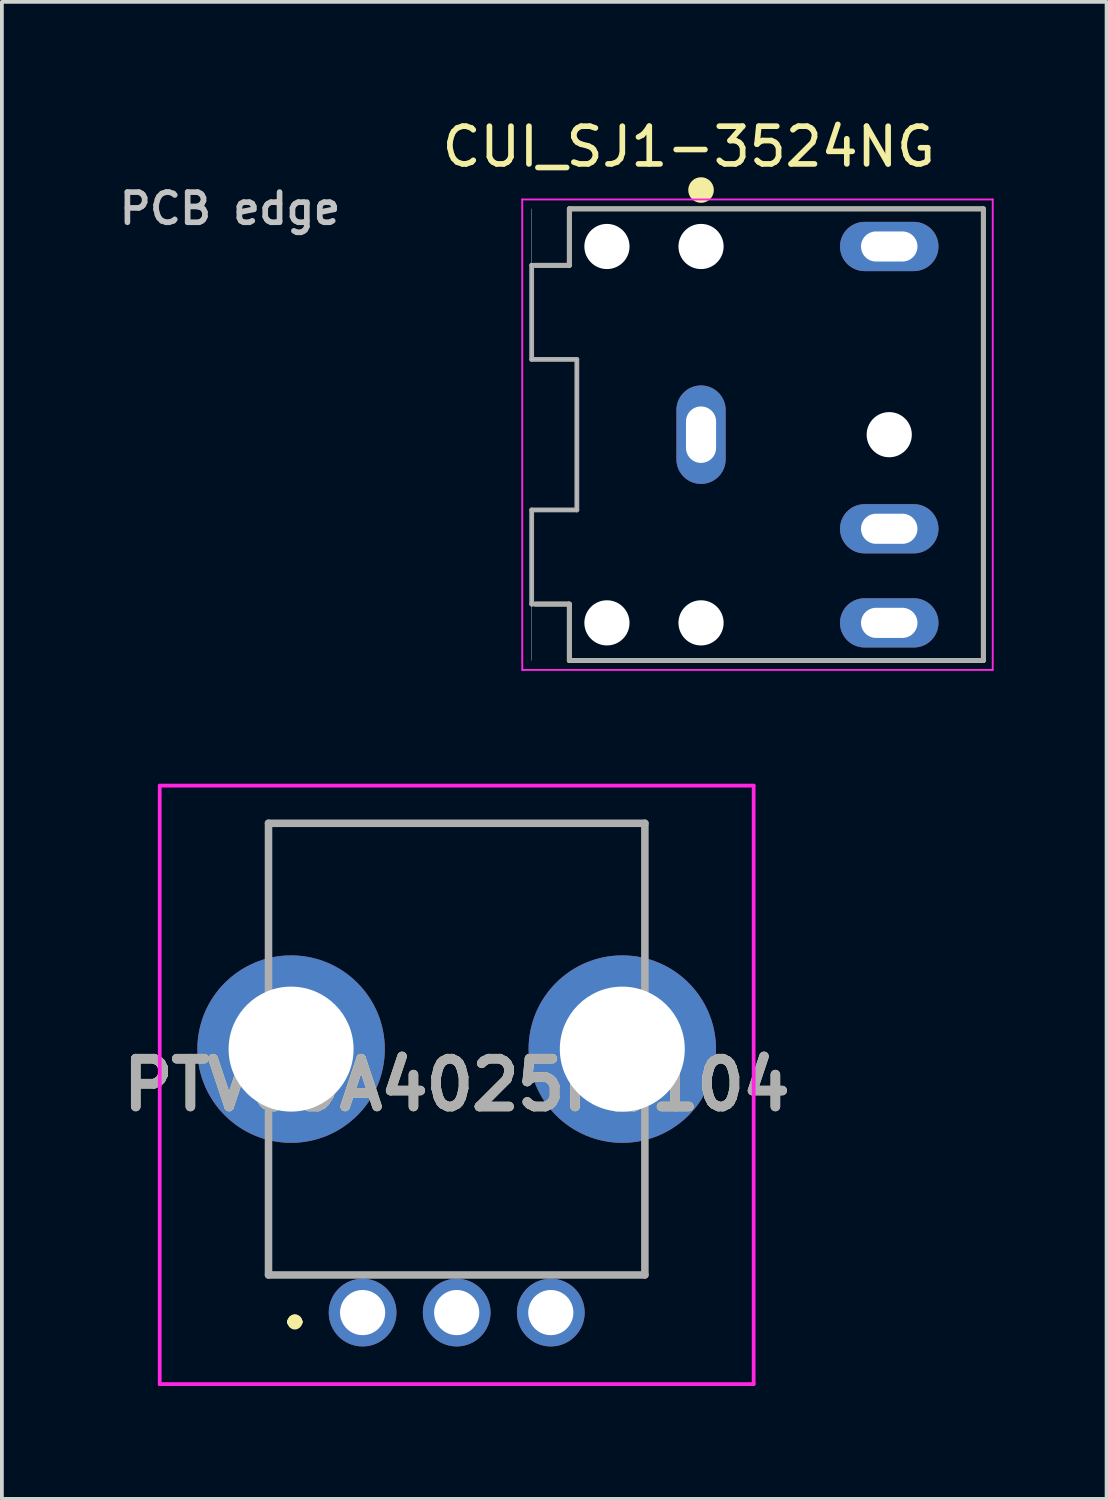
<source format=kicad_pcb>
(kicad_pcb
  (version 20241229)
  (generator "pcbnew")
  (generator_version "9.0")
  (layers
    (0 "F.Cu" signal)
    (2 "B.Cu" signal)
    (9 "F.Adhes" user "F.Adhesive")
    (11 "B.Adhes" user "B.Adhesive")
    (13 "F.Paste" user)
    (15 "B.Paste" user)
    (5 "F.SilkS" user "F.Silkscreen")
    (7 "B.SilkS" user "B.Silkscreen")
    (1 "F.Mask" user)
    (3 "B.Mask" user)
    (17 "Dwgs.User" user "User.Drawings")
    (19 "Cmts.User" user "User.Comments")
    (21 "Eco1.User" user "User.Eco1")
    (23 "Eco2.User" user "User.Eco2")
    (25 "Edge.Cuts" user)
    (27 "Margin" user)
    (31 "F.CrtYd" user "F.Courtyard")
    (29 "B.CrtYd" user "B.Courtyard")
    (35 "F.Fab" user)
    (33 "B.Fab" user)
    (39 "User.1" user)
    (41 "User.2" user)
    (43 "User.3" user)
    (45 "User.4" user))
  (footprint "PTV09A4025FB104"
    (layer "F.Cu")
    (at 6.584 31.824)
    (property "Reference" "PTV09A4025FB104" (at 2.5 -6.05 0) (layer "F.SilkS") (effects (font (size 1.27 1.27) (thickness 0.254))))
    (attr through_hole)
    (fp_line (start -2.5 -13) (end -2.5 -13) (stroke (width 0.1) (type solid)) (layer "F.SilkS"))
    (fp_line (start -2.5 -13) (end -2.5 -13) (stroke (width 0.1) (type solid)) (layer "F.SilkS"))
    (fp_line (start -2.5 -13) (end -2.5 -10) (stroke (width 0.1) (type solid)) (layer "F.SilkS"))
    (fp_line (start -2.5 -13) (end 7.5 -13) (stroke (width 0.1) (type solid)) (layer "F.SilkS"))
    (fp_line (start -2.5 -10) (end -2.5 -13) (stroke (width 0.1) (type solid)) (layer "F.SilkS"))
    (fp_line (start -2.5 -10) (end -2.5 -10) (stroke (width 0.1) (type solid)) (layer "F.SilkS"))
    (fp_line (start -2.5 -4) (end -2.5 -4) (stroke (width 0.1) (type solid)) (layer "F.SilkS"))
    (fp_line (start -2.5 -4) (end -2.5 -1) (stroke (width 0.1) (type solid)) (layer "F.SilkS"))
    (fp_line (start -2.5 -1) (end -2.5 -4) (stroke (width 0.1) (type solid)) (layer "F.SilkS"))
    (fp_line (start -2.5 -1) (end -2.5 -1) (stroke (width 0.1) (type solid)) (layer "F.SilkS"))
    (fp_line (start -2.5 -1) (end -2.5 -1) (stroke (width 0.1) (type solid)) (layer "F.SilkS"))
    (fp_line (start -2.5 -1) (end -1.25 -1) (stroke (width 0.1) (type solid)) (layer "F.SilkS"))
    (fp_line (start -1.9 0.25) (end -1.9 0.25) (stroke (width 0.2) (type solid)) (layer "F.SilkS"))
    (fp_line (start -1.7 0.25) (end -1.7 0.25) (stroke (width 0.2) (type solid)) (layer "F.SilkS"))
    (fp_line (start -1.7 0.25) (end -1.7 0.25) (stroke (width 0.2) (type solid)) (layer "F.SilkS"))
    (fp_line (start -1.25 -1) (end -2.5 -1) (stroke (width 0.1) (type solid)) (layer "F.SilkS"))
    (fp_line (start -1.25 -1) (end -1.25 -1) (stroke (width 0.1) (type solid)) (layer "F.SilkS"))
    (fp_line (start 6.25 -1) (end 6.25 -1) (stroke (width 0.1) (type solid)) (layer "F.SilkS"))
    (fp_line (start 6.25 -1) (end 7.5 -1) (stroke (width 0.1) (type solid)) (layer "F.SilkS"))
    (fp_line (start 7.5 -13) (end -2.5 -13) (stroke (width 0.1) (type solid)) (layer "F.SilkS"))
    (fp_line (start 7.5 -13) (end 7.5 -13) (stroke (width 0.1) (type solid)) (layer "F.SilkS"))
    (fp_line (start 7.5 -13) (end 7.5 -13) (stroke (width 0.1) (type solid)) (layer "F.SilkS"))
    (fp_line (start 7.5 -13) (end 7.5 -10) (stroke (width 0.1) (type solid)) (layer "F.SilkS"))
    (fp_line (start 7.5 -10) (end 7.5 -13) (stroke (width 0.1) (type solid)) (layer "F.SilkS"))
    (fp_line (start 7.5 -10) (end 7.5 -10) (stroke (width 0.1) (type solid)) (layer "F.SilkS"))
    (fp_line (start 7.5 -4) (end 7.5 -4) (stroke (width 0.1) (type solid)) (layer "F.SilkS"))
    (fp_line (start 7.5 -4) (end 7.5 -1) (stroke (width 0.1) (type solid)) (layer "F.SilkS"))
    (fp_line (start 7.5 -1) (end 6.25 -1) (stroke (width 0.1) (type solid)) (layer "F.SilkS"))
    (fp_line (start 7.5 -1) (end 7.5 -4) (stroke (width 0.1) (type solid)) (layer "F.SilkS"))
    (fp_line (start 7.5 -1) (end 7.5 -1) (stroke (width 0.1) (type solid)) (layer "F.SilkS"))
    (fp_line (start 7.5 -1) (end 7.5 -1) (stroke (width 0.1) (type solid)) (layer "F.SilkS"))
    (fp_arc (start -1.9 0.25) (mid -1.8 0.15) (end -1.7 0.25) (stroke (width 0.2) (type solid)) (layer "F.SilkS"))
    (fp_arc (start -1.9 0.25) (mid -1.8 0.15) (end -1.7 0.25) (stroke (width 0.2) (type solid)) (layer "F.SilkS"))
    (fp_arc (start -1.7 0.25) (mid -1.8 0.35) (end -1.9 0.25) (stroke (width 0.2) (type solid)) (layer "F.SilkS"))
    (fp_line (start -5.39 -14) (end 10.39 -14) (stroke (width 0.1) (type solid)) (layer "F.CrtYd"))
    (fp_line (start -5.39 1.9) (end -5.39 -14) (stroke (width 0.1) (type solid)) (layer "F.CrtYd"))
    (fp_line (start 10.39 -14) (end 10.39 1.9) (stroke (width 0.1) (type solid)) (layer "F.CrtYd"))
    (fp_line (start 10.39 1.9) (end -5.39 1.9) (stroke (width 0.1) (type solid)) (layer "F.CrtYd"))
    (fp_line (start -2.5 -13) (end -2.5 -1) (stroke (width 0.2) (type solid)) (layer "F.Fab"))
    (fp_line (start -2.5 -1) (end 7.5 -1) (stroke (width 0.2) (type solid)) (layer "F.Fab"))
    (fp_line (start 7.5 -13) (end -2.5 -13) (stroke (width 0.2) (type solid)) (layer "F.Fab"))
    (fp_line (start 7.5 -1) (end 7.5 -13) (stroke (width 0.2) (type solid)) (layer "F.Fab"))
    (fp_text user "${REFERENCE}" (at 2.5 -6.05 0) (layer "F.Fab") (effects (font (size 1.27 1.27) (thickness 0.254))))
    (pad "1" thru_hole circle (at 0 0) (size 1.8 1.8) (drill 1.2) (layers "*.Cu" "*.Mask"))
    (pad "2" thru_hole circle (at 2.5 0) (size 1.8 1.8) (drill 1.2) (layers "*.Cu" "*.Mask"))
    (pad "3" thru_hole circle (at 5 0) (size 1.8 1.8) (drill 1.2) (layers "*.Cu" "*.Mask"))
    (pad "MH1" thru_hole circle (at -1.9 -7) (size 4.98 4.98) (drill 3.32) (layers "*.Cu" "*.Mask"))
    (pad "MH2" thru_hole circle (at 6.9 -7) (size 4.98 4.98) (drill 3.32) (layers "*.Cu" "*.Mask")))
  (footprint "CUI_SJ1-3524NG"
    (layer "F.Cu")
    (at 15.576 8.499)
    (property "Reference" "CUI_SJ1-3524NG" (at -0.326 -7.65 0) (layer "F.SilkS") (effects (font (size 1.002 1.002) (thickness 0.15))))
    (attr through_hole)
    (fp_line (start -4.4 4.5) (end -3.5 4.5) (stroke (width 0.127) (type solid)) (layer "F.SilkS"))
    (fp_line (start -3.5 -6) (end -3.5 -4.5) (stroke (width 0.127) (type solid)) (layer "F.SilkS"))
    (fp_line (start -3.5 -4.5) (end -4.4 -4.5) (stroke (width 0.127) (type solid)) (layer "F.SilkS"))
    (fp_line (start -3.5 4.5) (end -3.5 6) (stroke (width 0.127) (type solid)) (layer "F.SilkS"))
    (fp_line (start 7.5 -6) (end -3.5 -6) (stroke (width 0.127) (type solid)) (layer "F.SilkS"))
    (fp_line (start 7.5 -6) (end 7.5 6) (stroke (width 0.127) (type solid)) (layer "F.SilkS"))
    (fp_line (start 7.5 6) (end -3.5 6) (stroke (width 0.127) (type solid)) (layer "F.SilkS"))
    (fp_circle (center 0 -6.5) (end 0.17 -6.5) (stroke (width 0.34) (type solid)) (fill no) (layer "F.SilkS"))
    (fp_line (start -4.5 -6) (end -4.5 -2) (stroke (width 0.01) (type solid)) (layer "Edge.Cuts"))
    (fp_line (start -4.5 -2) (end -3.3 -2) (stroke (width 0.01) (type solid)) (layer "Edge.Cuts"))
    (fp_line (start -4.5 2) (end -4.5 6) (stroke (width 0.01) (type solid)) (layer "Edge.Cuts"))
    (fp_line (start -3.3 -2) (end -3.3 2) (stroke (width 0.01) (type solid)) (layer "Edge.Cuts"))
    (fp_line (start -3.3 2) (end -4.5 2) (stroke (width 0.01) (type solid)) (layer "Edge.Cuts"))
    (fp_line (start -4.75 -6.25) (end 7.75 -6.25) (stroke (width 0.05) (type solid)) (layer "F.CrtYd"))
    (fp_line (start -4.75 6.25) (end -4.75 -6.25) (stroke (width 0.05) (type solid)) (layer "F.CrtYd"))
    (fp_line (start 7.75 -6.25) (end 7.75 6.25) (stroke (width 0.05) (type solid)) (layer "F.CrtYd"))
    (fp_line (start 7.75 6.25) (end -4.75 6.25) (stroke (width 0.05) (type solid)) (layer "F.CrtYd"))
    (fp_line (start -4.5 -4.5) (end -4.5 -2) (stroke (width 0.127) (type solid)) (layer "F.Fab"))
    (fp_line (start -4.5 -2) (end -3.3 -2) (stroke (width 0.127) (type solid)) (layer "F.Fab"))
    (fp_line (start -4.5 2) (end -4.5 4.5) (stroke (width 0.127) (type solid)) (layer "F.Fab"))
    (fp_line (start -4.5 4.5) (end -3.5 4.5) (stroke (width 0.127) (type solid)) (layer "F.Fab"))
    (fp_line (start -3.5 -6) (end -3.5 -4.5) (stroke (width 0.127) (type solid)) (layer "F.Fab"))
    (fp_line (start -3.5 -4.5) (end -4.5 -4.5) (stroke (width 0.127) (type solid)) (layer "F.Fab"))
    (fp_line (start -3.5 4.5) (end -3.5 6) (stroke (width 0.127) (type solid)) (layer "F.Fab"))
    (fp_line (start -3.3 -2) (end -3.3 2) (stroke (width 0.127) (type solid)) (layer "F.Fab"))
    (fp_line (start -3.3 2) (end -4.5 2) (stroke (width 0.127) (type solid)) (layer "F.Fab"))
    (fp_line (start 7.5 -6) (end -3.5 -6) (stroke (width 0.127) (type solid)) (layer "F.Fab"))
    (fp_line (start 7.5 -6) (end 7.5 6) (stroke (width 0.127) (type solid)) (layer "F.Fab"))
    (fp_line (start 7.5 6) (end -3.5 6) (stroke (width 0.127) (type solid)) (layer "F.Fab"))
    (fp_text user "PCB edge" (at -12.514 -6.007 0) (layer "Dwgs.User") (effects (font (size 0.801 0.801) (thickness 0.15))))
    (pad "" np_thru_hole circle (at -2.5 -5) (size 1.2 1.2) (drill 1.2) (layers "*.Cu" "*.Mask"))
    (pad "" np_thru_hole circle (at -2.5 5) (size 1.2 1.2) (drill 1.2) (layers "*.Cu" "*.Mask"))
    (pad "" np_thru_hole circle (at 0 -5) (size 1.2 1.2) (drill 1.2) (layers "*.Cu" "*.Mask"))
    (pad "" np_thru_hole circle (at 0 5) (size 1.2 1.2) (drill 1.2) (layers "*.Cu" "*.Mask"))
    (pad "" np_thru_hole circle (at 5 0) (size 1.2 1.2) (drill 1.2) (layers "*.Cu" "*.Mask"))
    (pad "1" thru_hole oval (at 0 0) (size 1.308 2.616) (drill oval 0.8 1.5) (layers "*.Cu" "*.Mask"))
    (pad "2" thru_hole oval (at 5 5) (size 2.616 1.308) (drill oval 1.5 0.8) (layers "*.Cu" "*.Mask"))
    (pad "3" thru_hole oval (at 5 -5) (size 2.616 1.308) (drill oval 1.5 0.8) (layers "*.Cu" "*.Mask"))
    (pad "4" thru_hole oval (at 5 2.5) (size 2.616 1.308) (drill oval 1.5 0.8) (layers "*.Cu" "*.Mask")))
  (gr_rect
    (start -3 -3)
    (end 26.351 36.774)
    (stroke (width 0.1) (type default))
    (fill no)
    (layer "Edge.Cuts")))
</source>
